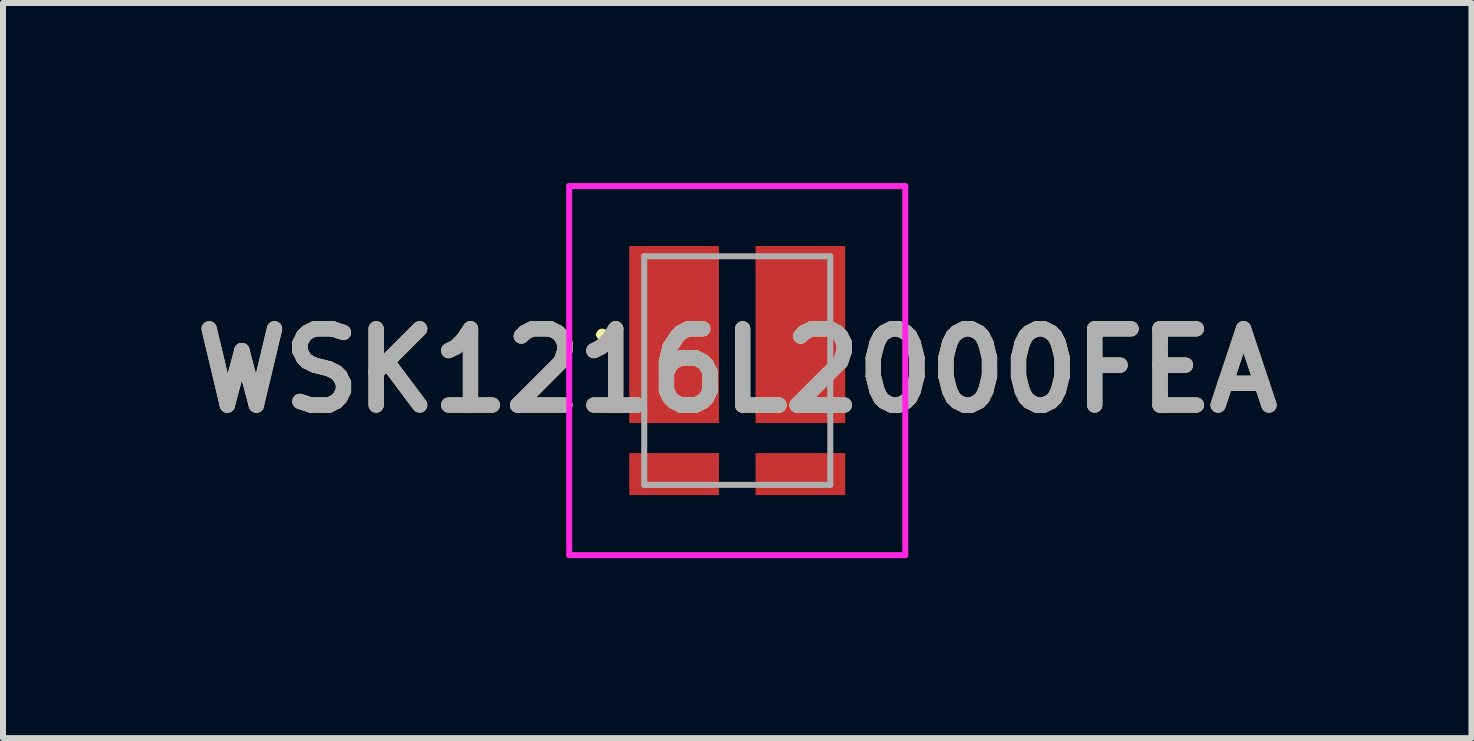
<source format=kicad_pcb>
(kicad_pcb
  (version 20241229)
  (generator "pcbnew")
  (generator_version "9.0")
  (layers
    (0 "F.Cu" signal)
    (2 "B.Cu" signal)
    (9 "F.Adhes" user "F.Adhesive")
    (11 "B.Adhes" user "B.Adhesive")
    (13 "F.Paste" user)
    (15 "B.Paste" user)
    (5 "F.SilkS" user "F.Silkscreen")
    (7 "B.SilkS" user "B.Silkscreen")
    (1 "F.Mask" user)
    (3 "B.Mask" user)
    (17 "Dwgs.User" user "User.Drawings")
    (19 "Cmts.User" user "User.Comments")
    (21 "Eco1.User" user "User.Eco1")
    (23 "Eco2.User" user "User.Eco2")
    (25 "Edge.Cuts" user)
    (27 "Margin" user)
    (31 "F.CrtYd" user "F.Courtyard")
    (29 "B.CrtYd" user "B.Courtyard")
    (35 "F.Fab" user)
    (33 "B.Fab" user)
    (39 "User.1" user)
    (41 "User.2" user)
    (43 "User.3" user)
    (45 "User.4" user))
  (footprint "WSK1216L2000FEA"
    (layer "F.Cu")
    (at 9.235 3.125)
    (property "Reference" "WSK1216L2000FEA" (at 0 0 0) (layer "F.SilkS") (effects (font (size 1.27 1.27) (thickness 0.254))))
    (attr smd)
    (fp_line (start -2.3 -0.6) (end -2.3 -0.6) (stroke (width 0.1) (type solid)) (layer "F.SilkS"))
    (fp_line (start -2.2 -0.6) (end -2.2 -0.6) (stroke (width 0.1) (type solid)) (layer "F.SilkS"))
    (fp_arc (start -2.3 -0.6) (mid -2.25 -0.65) (end -2.2 -0.6) (stroke (width 0.1) (type solid)) (layer "F.SilkS"))
    (fp_arc (start -2.2 -0.6) (mid -2.25 -0.55) (end -2.3 -0.6) (stroke (width 0.1) (type solid)) (layer "F.SilkS"))
    (fp_line (start -2.8 -3.075) (end 2.8 -3.075) (stroke (width 0.1) (type solid)) (layer "F.CrtYd"))
    (fp_line (start -2.8 3.075) (end -2.8 -3.075) (stroke (width 0.1) (type solid)) (layer "F.CrtYd"))
    (fp_line (start 2.8 -3.075) (end 2.8 3.075) (stroke (width 0.1) (type solid)) (layer "F.CrtYd"))
    (fp_line (start 2.8 3.075) (end -2.8 3.075) (stroke (width 0.1) (type solid)) (layer "F.CrtYd"))
    (fp_line (start -1.55 -1.905) (end 1.55 -1.905) (stroke (width 0.1) (type solid)) (layer "F.Fab"))
    (fp_line (start -1.55 1.905) (end -1.55 -1.905) (stroke (width 0.1) (type solid)) (layer "F.Fab"))
    (fp_line (start 1.55 -1.905) (end 1.55 1.905) (stroke (width 0.1) (type solid)) (layer "F.Fab"))
    (fp_line (start 1.55 1.905) (end -1.55 1.905) (stroke (width 0.1) (type solid)) (layer "F.Fab"))
    (fp_text user "${REFERENCE}" (at 0 0 0) (layer "F.Fab") (effects (font (size 1.27 1.27) (thickness 0.254))))
    (pad "1" smd rect (at -1.052 -0.6) (size 1.495 2.95) (layers "F.Cu" "F.Mask" "F.Paste"))
    (pad "2" smd rect (at -1.052 1.725 90) (size 0.7 1.495) (layers "F.Cu" "F.Mask" "F.Paste"))
    (pad "3" smd rect (at 1.052 1.725 90) (size 0.7 1.495) (layers "F.Cu" "F.Mask" "F.Paste"))
    (pad "4" smd rect (at 1.052 -0.6) (size 1.495 2.95) (layers "F.Cu" "F.Mask" "F.Paste")))
  (gr_rect
    (start -3 -3)
    (end 21.469 9.25)
    (stroke (width 0.1) (type default))
    (fill no)
    (layer "Edge.Cuts")))
</source>
